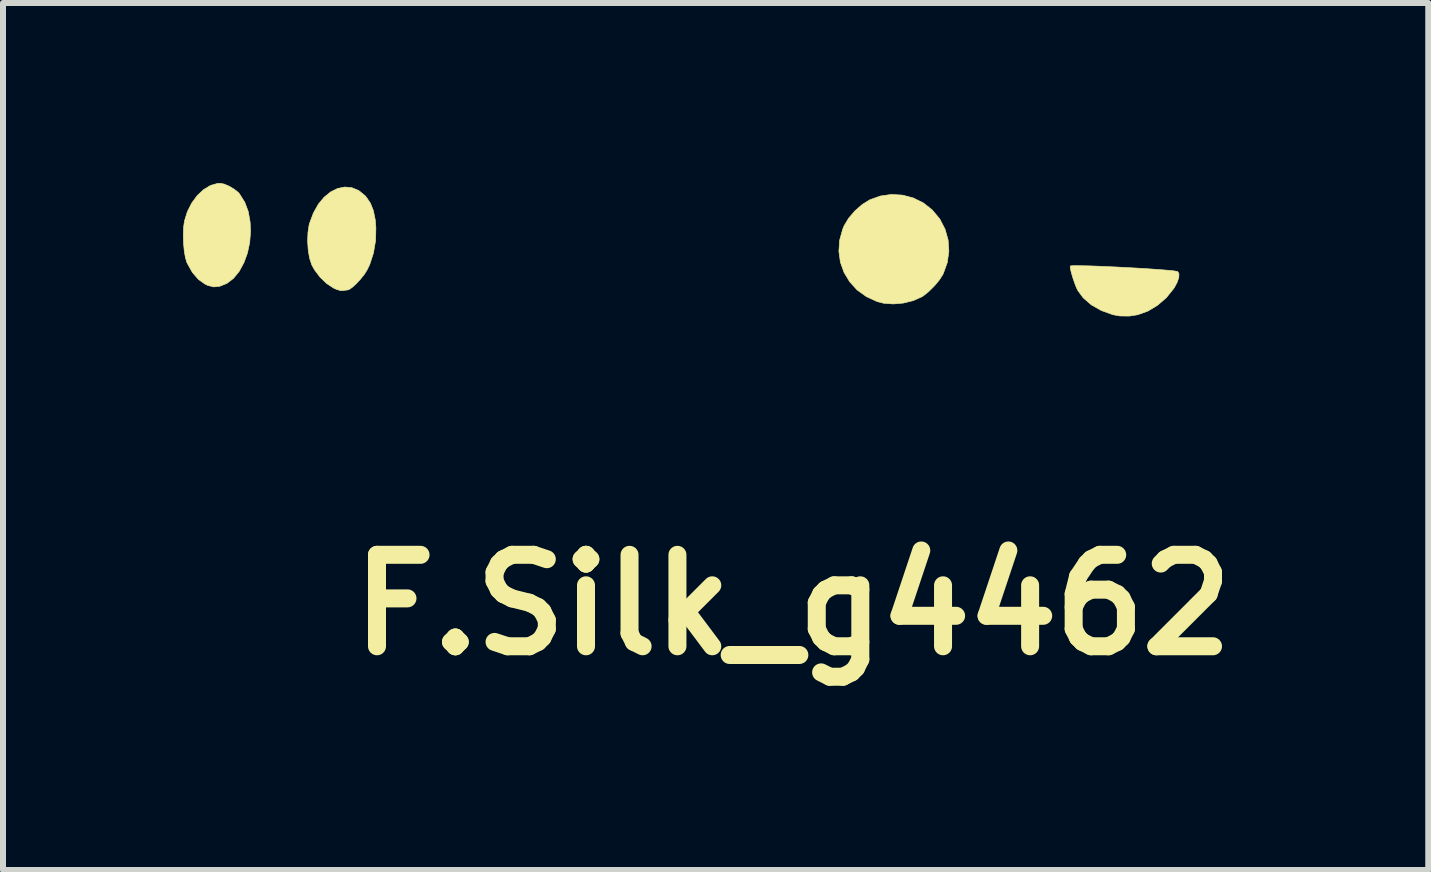
<source format=kicad_pcb>
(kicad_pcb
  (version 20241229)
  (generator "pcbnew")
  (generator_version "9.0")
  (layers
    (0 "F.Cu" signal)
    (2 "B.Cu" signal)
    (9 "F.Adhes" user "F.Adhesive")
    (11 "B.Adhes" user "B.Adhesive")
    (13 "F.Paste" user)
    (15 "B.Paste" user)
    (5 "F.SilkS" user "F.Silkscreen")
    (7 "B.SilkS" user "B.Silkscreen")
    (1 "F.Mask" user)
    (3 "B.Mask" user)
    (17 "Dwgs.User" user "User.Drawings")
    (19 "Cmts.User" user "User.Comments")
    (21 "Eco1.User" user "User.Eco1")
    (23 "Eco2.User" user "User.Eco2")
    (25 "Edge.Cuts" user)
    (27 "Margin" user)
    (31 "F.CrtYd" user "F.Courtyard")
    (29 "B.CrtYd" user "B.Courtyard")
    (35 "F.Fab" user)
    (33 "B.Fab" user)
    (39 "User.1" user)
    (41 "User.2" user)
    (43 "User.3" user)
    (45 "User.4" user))
  (footprint "F.Silk_g4462"
    (layer "F.Cu")
    (at 10.164 7.032)
    (property "Reference" "F.Silk_g4462" (at 0 0 0) (layer "F.SilkS") (effects (font (size 1.524 1.524) (thickness 0.3))))
    (attr through_hole)
    (fp_poly (pts (xy 1.829 -6.83) (xy 2.009 -6.782) (xy 2.177 -6.699) (xy 2.325 -6.582) (xy 2.325 -6.582) (xy 2.45 -6.431) (xy 2.537 -6.263) (xy 2.588 -6.083) (xy 2.601 -5.896) (xy 2.575 -5.708) (xy 2.509 -5.525) (xy 2.499 -5.505) (xy 2.441 -5.414) (xy 2.359 -5.316) (xy 2.267 -5.225) (xy 2.178 -5.153) (xy 2.151 -5.136) (xy 2.008 -5.072) (xy 1.844 -5.031) (xy 1.675 -5.016) (xy 1.513 -5.028) (xy 1.407 -5.055) (xy 1.226 -5.138) (xy 1.072 -5.249) (xy 0.948 -5.385) (xy 0.854 -5.541) (xy 0.793 -5.711) (xy 0.768 -5.892) (xy 0.78 -6.077) (xy 0.832 -6.264) (xy 0.855 -6.319) (xy 0.93 -6.444) (xy 1.034 -6.566) (xy 1.156 -6.673) (xy 1.281 -6.751) (xy 1.458 -6.815) (xy 1.643 -6.841) (xy 1.829 -6.83)) (stroke (width 0.01) (type solid)) (fill yes) (layer "F.SilkS"))
    (fp_poly (pts (xy -9.478 -7.014) (xy -9.395 -6.979) (xy -9.313 -6.93) (xy -9.245 -6.877) (xy -9.223 -6.852) (xy -9.134 -6.71) (xy -9.076 -6.555) (xy -9.045 -6.378) (xy -9.038 -6.227) (xy -9.052 -6.042) (xy -9.09 -5.864) (xy -9.15 -5.701) (xy -9.228 -5.558) (xy -9.322 -5.443) (xy -9.428 -5.362) (xy -9.441 -5.355) (xy -9.551 -5.311) (xy -9.65 -5.3) (xy -9.748 -5.324) (xy -9.794 -5.345) (xy -9.907 -5.425) (xy -10.008 -5.542) (xy -10.093 -5.694) (xy -10.099 -5.706) (xy -10.124 -5.789) (xy -10.143 -5.901) (xy -10.155 -6.029) (xy -10.159 -6.162) (xy -10.155 -6.287) (xy -10.141 -6.39) (xy -10.141 -6.393) (xy -10.092 -6.552) (xy -10.019 -6.697) (xy -9.927 -6.822) (xy -9.822 -6.921) (xy -9.706 -6.991) (xy -9.587 -7.025) (xy -9.545 -7.027) (xy -9.478 -7.014)) (stroke (width 0.01) (type solid)) (fill yes) (layer "F.SilkS"))
    (fp_poly (pts (xy -7.35 -6.954) (xy -7.236 -6.907) (xy -7.131 -6.822) (xy -7.109 -6.797) (xy -7.04 -6.695) (xy -6.991 -6.572) (xy -6.96 -6.42) (xy -6.949 -6.287) (xy -6.954 -6.076) (xy -6.989 -5.867) (xy -7.052 -5.673) (xy -7.094 -5.586) (xy -7.14 -5.512) (xy -7.201 -5.435) (xy -7.268 -5.362) (xy -7.333 -5.301) (xy -7.388 -5.261) (xy -7.423 -5.249) (xy -7.477 -5.243) (xy -7.504 -5.238) (xy -7.545 -5.241) (xy -7.608 -5.26) (xy -7.655 -5.281) (xy -7.77 -5.357) (xy -7.88 -5.463) (xy -7.973 -5.586) (xy -8.018 -5.668) (xy -8.054 -5.778) (xy -8.077 -5.914) (xy -8.087 -6.063) (xy -8.081 -6.209) (xy -8.061 -6.339) (xy -8.054 -6.362) (xy -7.99 -6.533) (xy -7.908 -6.679) (xy -7.811 -6.796) (xy -7.702 -6.884) (xy -7.587 -6.941) (xy -7.468 -6.965) (xy -7.35 -6.954)) (stroke (width 0.01) (type solid)) (fill yes) (layer "F.SilkS"))
    (fp_poly (pts (xy 4.808 -5.653) (xy 4.928 -5.651) (xy 5.069 -5.646) (xy 5.225 -5.639) (xy 5.39 -5.632) (xy 5.559 -5.623) (xy 5.728 -5.614) (xy 5.889 -5.604) (xy 6.039 -5.594) (xy 6.171 -5.584) (xy 6.28 -5.575) (xy 6.36 -5.566) (xy 6.407 -5.558) (xy 6.416 -5.555) (xy 6.436 -5.519) (xy 6.433 -5.458) (xy 6.407 -5.379) (xy 6.361 -5.292) (xy 6.348 -5.273) (xy 6.225 -5.12) (xy 6.079 -4.994) (xy 5.918 -4.897) (xy 5.748 -4.836) (xy 5.608 -4.814) (xy 5.45 -4.816) (xy 5.334 -4.837) (xy 5.141 -4.907) (xy 4.975 -5.001) (xy 4.842 -5.116) (xy 4.752 -5.237) (xy 4.726 -5.29) (xy 4.698 -5.363) (xy 4.67 -5.444) (xy 4.646 -5.524) (xy 4.629 -5.591) (xy 4.623 -5.636) (xy 4.625 -5.648) (xy 4.651 -5.653) (xy 4.714 -5.654) (xy 4.808 -5.653)) (stroke (width 0.01) (type solid)) (fill yes) (layer "F.SilkS")))
  (gr_rect
    (start -3 -3)
    (end 20.755 11.45)
    (stroke (width 0.1) (type default))
    (fill no)
    (layer "Edge.Cuts")))
</source>
